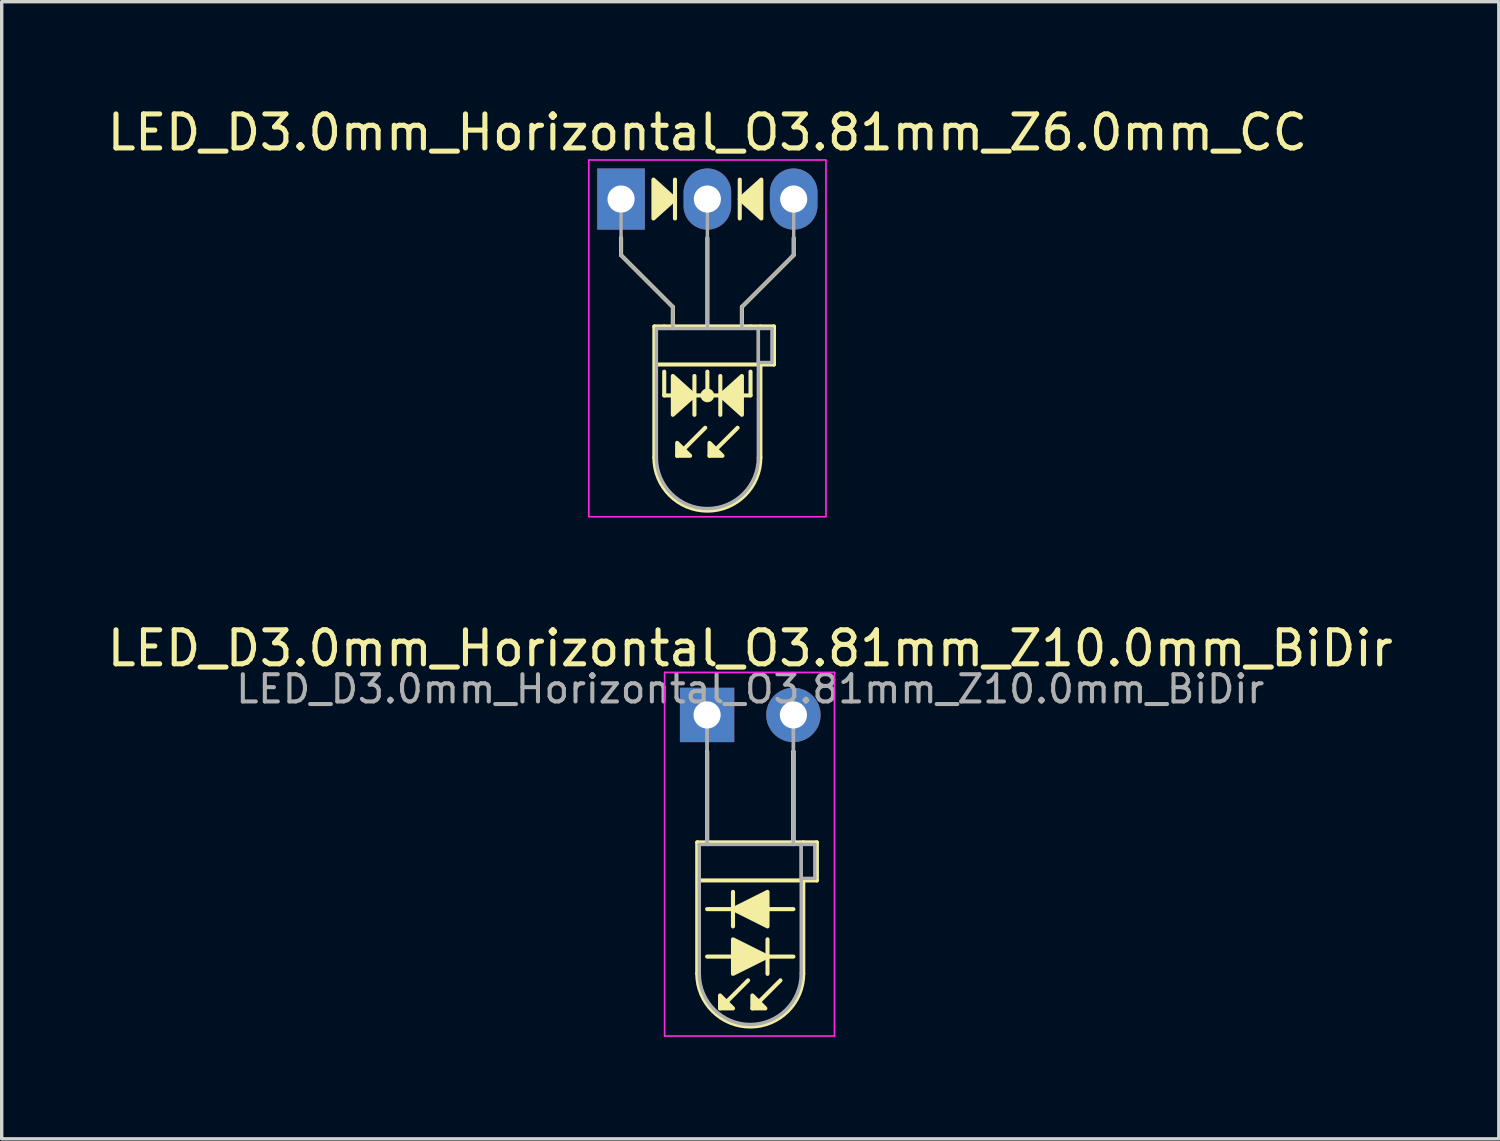
<source format=kicad_pcb>
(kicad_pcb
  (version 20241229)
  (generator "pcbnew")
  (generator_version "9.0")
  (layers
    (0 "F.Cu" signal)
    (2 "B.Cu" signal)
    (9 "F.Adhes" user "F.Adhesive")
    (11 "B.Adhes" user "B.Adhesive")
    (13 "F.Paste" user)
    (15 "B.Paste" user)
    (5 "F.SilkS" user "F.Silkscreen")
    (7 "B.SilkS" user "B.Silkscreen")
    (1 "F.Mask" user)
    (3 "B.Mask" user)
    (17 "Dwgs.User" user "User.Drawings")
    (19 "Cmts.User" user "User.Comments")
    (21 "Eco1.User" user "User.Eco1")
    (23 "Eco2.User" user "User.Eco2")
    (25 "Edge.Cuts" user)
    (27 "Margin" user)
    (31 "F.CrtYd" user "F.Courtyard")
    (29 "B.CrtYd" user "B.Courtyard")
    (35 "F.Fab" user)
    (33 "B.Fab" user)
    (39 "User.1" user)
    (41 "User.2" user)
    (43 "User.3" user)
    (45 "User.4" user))
  (footprint "LED_D3.0mm_Horizontal_O3.81mm_Z6.0mm_CC"
    (layer "F.Cu")
    (at 15.228 2.808)
    (property "Reference" "LED_D3.0mm_Horizontal_O3.81mm_Z6.0mm_CC" (at 2.54 -1.96 0) (layer "F.SilkS") (effects (font (size 1 1) (thickness 0.15))))
    (fp_line (start 0 1.143) (end 0 1.651) (stroke (width 0.12) (type default)) (layer "F.SilkS"))
    (fp_line (start 0 1.651) (end 1.524 3.175) (stroke (width 0.12) (type default)) (layer "F.SilkS"))
    (fp_line (start 0.98 3.75) (end 0.98 7.61) (stroke (width 0.12) (type solid)) (layer "F.SilkS"))
    (fp_line (start 0.98 3.75) (end 4.1 3.75) (stroke (width 0.12) (type solid)) (layer "F.SilkS"))
    (fp_line (start 1.27 3.75) (end 1.27 3.75) (stroke (width 0.12) (type solid)) (layer "F.SilkS"))
    (fp_line (start 1.27 5.779) (end 1.27 5.08) (stroke (width 0.12) (type default)) (layer "F.SilkS"))
    (fp_line (start 1.524 3.175) (end 1.524 3.683) (stroke (width 0.12) (type default)) (layer "F.SilkS"))
    (fp_line (start 1.587 0.572) (end 1.587 -0.572) (stroke (width 0.12) (type solid)) (layer "F.SilkS"))
    (fp_line (start 2.159 6.35) (end 2.159 5.207) (stroke (width 0.12) (type solid)) (layer "F.SilkS"))
    (fp_line (start 2.477 6.731) (end 1.651 7.556) (stroke (width 0.12) (type solid)) (layer "F.SilkS"))
    (fp_line (start 2.54 3.75) (end 2.54 1.143) (stroke (width 0.12) (type default)) (layer "F.SilkS"))
    (fp_line (start 2.54 5.779) (end 2.54 5.08) (stroke (width 0.12) (type default)) (layer "F.SilkS"))
    (fp_line (start 2.921 5.207) (end 2.921 6.35) (stroke (width 0.12) (type solid)) (layer "F.SilkS"))
    (fp_line (start 3.429 6.731) (end 2.603 7.556) (stroke (width 0.12) (type solid)) (layer "F.SilkS"))
    (fp_line (start 3.493 -0.572) (end 3.493 0.572) (stroke (width 0.12) (type solid)) (layer "F.SilkS"))
    (fp_line (start 3.556 3.175) (end 3.556 3.683) (stroke (width 0.12) (type default)) (layer "F.SilkS"))
    (fp_line (start 3.81 3.75) (end 3.81 3.75) (stroke (width 0.12) (type solid)) (layer "F.SilkS"))
    (fp_line (start 3.81 5.779) (end 1.27 5.779) (stroke (width 0.12) (type default)) (layer "F.SilkS"))
    (fp_line (start 3.81 5.779) (end 3.81 5.08) (stroke (width 0.12) (type default)) (layer "F.SilkS"))
    (fp_line (start 4.1 3.75) (end 4.5 3.75) (stroke (width 0.12) (type solid)) (layer "F.SilkS"))
    (fp_line (start 4.1 4.87) (end 4.1 7.61) (stroke (width 0.12) (type solid)) (layer "F.SilkS"))
    (fp_line (start 4.5 3.75) (end 4.5 4.87) (stroke (width 0.12) (type solid)) (layer "F.SilkS"))
    (fp_line (start 4.5 4.87) (end 1.016 4.87) (stroke (width 0.12) (type solid)) (layer "F.SilkS"))
    (fp_line (start 5.08 1.143) (end 5.08 1.651) (stroke (width 0.12) (type default)) (layer "F.SilkS"))
    (fp_line (start 5.08 1.651) (end 3.556 3.175) (stroke (width 0.12) (type default)) (layer "F.SilkS"))
    (fp_arc (start 4.1 7.61) (mid 2.54 9.17) (end 0.98 7.61) (stroke (width 0.12) (type solid)) (layer "F.SilkS"))
    (fp_circle (center 2.54 5.779) (end 2.682 5.779) (stroke (width 0.12) (type solid)) (fill yes) (layer "F.SilkS"))
    (fp_poly (pts (xy 0.953 -0.572) (xy 1.587 0) (xy 0.953 0.572)) (stroke (width 0.12) (type solid)) (fill yes) (layer "F.SilkS"))
    (fp_poly (pts (xy 1.524 5.207) (xy 2.159 5.779) (xy 1.524 6.35)) (stroke (width 0.12) (type solid)) (fill yes) (layer "F.SilkS"))
    (fp_poly (pts (xy 1.651 7.176) (xy 2.032 7.556) (xy 1.651 7.556)) (stroke (width 0.12) (type solid)) (fill yes) (layer "F.SilkS"))
    (fp_poly (pts (xy 2.603 7.176) (xy 2.985 7.556) (xy 2.603 7.556)) (stroke (width 0.12) (type solid)) (fill yes) (layer "F.SilkS"))
    (fp_poly (pts (xy 3.556 6.35) (xy 2.921 5.779) (xy 3.556 5.207)) (stroke (width 0.12) (type solid)) (fill yes) (layer "F.SilkS"))
    (fp_poly (pts (xy 4.128 0.572) (xy 3.493 0) (xy 4.128 -0.572)) (stroke (width 0.12) (type solid)) (fill yes) (layer "F.SilkS"))
    (fp_rect (start -0.95 -1.15) (end 6.03 9.35) (stroke (width 0.05) (type default)) (fill no) (layer "F.CrtYd"))
    (fp_line (start 0 0) (end 0 0) (stroke (width 0.1) (type solid)) (layer "F.Fab"))
    (fp_line (start 0 1.651) (end 0 0) (stroke (width 0.1) (type default)) (layer "F.Fab"))
    (fp_line (start 1.04 3.81) (end 1.04 7.61) (stroke (width 0.1) (type solid)) (layer "F.Fab"))
    (fp_line (start 1.04 3.81) (end 4.04 3.81) (stroke (width 0.1) (type solid)) (layer "F.Fab"))
    (fp_line (start 1.27 3.81) (end 1.27 3.81) (stroke (width 0.1) (type solid)) (layer "F.Fab"))
    (fp_line (start 1.524 3.175) (end 0 1.651) (stroke (width 0.1) (type default)) (layer "F.Fab"))
    (fp_line (start 1.524 3.81) (end 1.524 3.175) (stroke (width 0.1) (type default)) (layer "F.Fab"))
    (fp_line (start 2.54 0) (end 2.54 0) (stroke (width 0.1) (type solid)) (layer "F.Fab"))
    (fp_line (start 2.54 0) (end 2.54 3.81) (stroke (width 0.1) (type default)) (layer "F.Fab"))
    (fp_line (start 3.556 3.175) (end 5.08 1.651) (stroke (width 0.1) (type default)) (layer "F.Fab"))
    (fp_line (start 3.556 3.81) (end 3.556 3.175) (stroke (width 0.1) (type default)) (layer "F.Fab"))
    (fp_line (start 3.81 3.81) (end 3.81 3.81) (stroke (width 0.1) (type solid)) (layer "F.Fab"))
    (fp_line (start 4.04 3.81) (end 4.04 7.61) (stroke (width 0.1) (type solid)) (layer "F.Fab"))
    (fp_line (start 4.04 3.81) (end 4.44 3.81) (stroke (width 0.1) (type solid)) (layer "F.Fab"))
    (fp_line (start 4.04 4.81) (end 4.04 3.81) (stroke (width 0.1) (type solid)) (layer "F.Fab"))
    (fp_line (start 4.44 3.81) (end 4.44 4.81) (stroke (width 0.1) (type solid)) (layer "F.Fab"))
    (fp_line (start 4.44 4.81) (end 4.04 4.81) (stroke (width 0.1) (type solid)) (layer "F.Fab"))
    (fp_line (start 5.08 1.651) (end 5.08 0) (stroke (width 0.1) (type default)) (layer "F.Fab"))
    (fp_arc (start 4.04 7.61) (mid 2.54 9.11) (end 1.04 7.61) (stroke (width 0.1) (type solid)) (layer "F.Fab"))
    (pad "1" thru_hole rect (at 0 0) (size 1.4 1.8) (drill 0.8) (layers "*.Cu" "*.Mask"))
    (pad "2" thru_hole oval (at 2.54 0) (size 1.4 1.8) (drill 0.8) (layers "*.Cu" "*.Mask"))
    (pad "3" thru_hole oval (at 5.08 0) (size 1.4 1.8) (drill 0.8) (layers "*.Cu" "*.Mask")))
  (footprint "LED_D3.0mm_Horizontal_O3.81mm_Z10.0mm_BiDir"
    (layer "F.Cu")
    (at 17.76 17.991)
    (property "Reference" "LED_D3.0mm_Horizontal_O3.81mm_Z10.0mm_BiDir" (at 1.27 -1.96 0) (layer "F.SilkS") (effects (font (size 1 1) (thickness 0.15))))
    (fp_line (start -0.29 3.75) (end -0.29 7.61) (stroke (width 0.12) (type solid)) (layer "F.SilkS"))
    (fp_line (start -0.29 3.75) (end 2.83 3.75) (stroke (width 0.12) (type solid)) (layer "F.SilkS"))
    (fp_line (start 0 1.08) (end 0 1.08) (stroke (width 0.12) (type solid)) (layer "F.SilkS"))
    (fp_line (start 0 1.08) (end 0 3.75) (stroke (width 0.12) (type solid)) (layer "F.SilkS"))
    (fp_line (start 0 3.75) (end 0 1.08) (stroke (width 0.12) (type solid)) (layer "F.SilkS"))
    (fp_line (start 0 3.75) (end 0 3.75) (stroke (width 0.12) (type solid)) (layer "F.SilkS"))
    (fp_line (start 0 7.112) (end 2.54 7.112) (stroke (width 0.12) (type solid)) (layer "F.SilkS"))
    (fp_line (start 0.762 5.207) (end 0.762 6.223) (stroke (width 0.12) (type solid)) (layer "F.SilkS"))
    (fp_line (start 1.206 7.811) (end 0.381 8.636) (stroke (width 0.12) (type solid)) (layer "F.SilkS"))
    (fp_line (start 1.778 7.62) (end 1.778 6.604) (stroke (width 0.12) (type solid)) (layer "F.SilkS"))
    (fp_line (start 2.159 7.811) (end 1.333 8.636) (stroke (width 0.12) (type solid)) (layer "F.SilkS"))
    (fp_line (start 2.54 1.08) (end 2.54 1.08) (stroke (width 0.12) (type solid)) (layer "F.SilkS"))
    (fp_line (start 2.54 1.08) (end 2.54 3.75) (stroke (width 0.12) (type solid)) (layer "F.SilkS"))
    (fp_line (start 2.54 3.75) (end 2.54 1.08) (stroke (width 0.12) (type solid)) (layer "F.SilkS"))
    (fp_line (start 2.54 3.75) (end 2.54 3.75) (stroke (width 0.12) (type solid)) (layer "F.SilkS"))
    (fp_line (start 2.54 5.715) (end 0 5.715) (stroke (width 0.12) (type solid)) (layer "F.SilkS"))
    (fp_line (start 2.83 3.75) (end 3.23 3.75) (stroke (width 0.12) (type solid)) (layer "F.SilkS"))
    (fp_line (start 2.83 4.87) (end 2.83 7.61) (stroke (width 0.12) (type solid)) (layer "F.SilkS"))
    (fp_line (start 3.23 3.75) (end 3.23 4.87) (stroke (width 0.12) (type solid)) (layer "F.SilkS"))
    (fp_line (start 3.23 4.87) (end -0.254 4.87) (stroke (width 0.12) (type solid)) (layer "F.SilkS"))
    (fp_arc (start 2.83 7.61) (mid 1.27 9.17) (end -0.29 7.61) (stroke (width 0.12) (type solid)) (layer "F.SilkS"))
    (fp_poly (pts (xy 0.381 8.255) (xy 0.762 8.636) (xy 0.381 8.636)) (stroke (width 0.12) (type solid)) (fill yes) (layer "F.SilkS"))
    (fp_poly (pts (xy 0.762 6.604) (xy 1.778 7.112) (xy 0.762 7.62)) (stroke (width 0.12) (type solid)) (fill yes) (layer "F.SilkS"))
    (fp_poly (pts (xy 1.333 8.255) (xy 1.714 8.636) (xy 1.333 8.636)) (stroke (width 0.12) (type solid)) (fill yes) (layer "F.SilkS"))
    (fp_poly (pts (xy 1.778 6.223) (xy 0.762 5.715) (xy 1.778 5.207)) (stroke (width 0.12) (type solid)) (fill yes) (layer "F.SilkS"))
    (fp_line (start -1.25 -1.25) (end -1.25 9.45) (stroke (width 0.05) (type solid)) (layer "F.CrtYd"))
    (fp_line (start -1.25 9.45) (end 3.75 9.45) (stroke (width 0.05) (type solid)) (layer "F.CrtYd"))
    (fp_line (start 3.75 -1.25) (end -1.25 -1.25) (stroke (width 0.05) (type solid)) (layer "F.CrtYd"))
    (fp_line (start 3.75 9.45) (end 3.75 -1.25) (stroke (width 0.05) (type solid)) (layer "F.CrtYd"))
    (fp_line (start -0.23 3.81) (end -0.23 7.61) (stroke (width 0.1) (type solid)) (layer "F.Fab"))
    (fp_line (start -0.23 3.81) (end 2.77 3.81) (stroke (width 0.1) (type solid)) (layer "F.Fab"))
    (fp_line (start 0 0) (end 0 0) (stroke (width 0.1) (type solid)) (layer "F.Fab"))
    (fp_line (start 0 0) (end 0 3.81) (stroke (width 0.1) (type solid)) (layer "F.Fab"))
    (fp_line (start 0 3.81) (end 0 0) (stroke (width 0.1) (type solid)) (layer "F.Fab"))
    (fp_line (start 0 3.81) (end 0 3.81) (stroke (width 0.1) (type solid)) (layer "F.Fab"))
    (fp_line (start 2.54 0) (end 2.54 0) (stroke (width 0.1) (type solid)) (layer "F.Fab"))
    (fp_line (start 2.54 0) (end 2.54 3.81) (stroke (width 0.1) (type solid)) (layer "F.Fab"))
    (fp_line (start 2.54 3.81) (end 2.54 0) (stroke (width 0.1) (type solid)) (layer "F.Fab"))
    (fp_line (start 2.54 3.81) (end 2.54 3.81) (stroke (width 0.1) (type solid)) (layer "F.Fab"))
    (fp_line (start 2.77 3.81) (end 2.77 7.61) (stroke (width 0.1) (type solid)) (layer "F.Fab"))
    (fp_line (start 2.77 3.81) (end 3.17 3.81) (stroke (width 0.1) (type solid)) (layer "F.Fab"))
    (fp_line (start 2.77 4.81) (end 2.77 3.81) (stroke (width 0.1) (type solid)) (layer "F.Fab"))
    (fp_line (start 3.17 3.81) (end 3.17 4.81) (stroke (width 0.1) (type solid)) (layer "F.Fab"))
    (fp_line (start 3.17 4.81) (end 2.77 4.81) (stroke (width 0.1) (type solid)) (layer "F.Fab"))
    (fp_arc (start 2.77 7.61) (mid 1.27 9.11) (end -0.23 7.61) (stroke (width 0.1) (type solid)) (layer "F.Fab"))
    (fp_text user "${REFERENCE}" (at 1.27 -0.762 0) (layer "F.Fab") (effects (font (size 0.8 0.8) (thickness 0.12))))
    (pad "1" thru_hole rect (at 0 0) (size 1.6 1.6) (drill 0.8) (layers "*.Cu" "*.Mask"))
    (pad "2" thru_hole circle (at 2.54 0) (size 1.6 1.6) (drill 0.8) (layers "*.Cu" "*.Mask")))
  (gr_rect
    (start -3 -3)
    (end 41.06 30.466)
    (stroke (width 0.1) (type default))
    (fill no)
    (layer "Edge.Cuts")))
</source>
